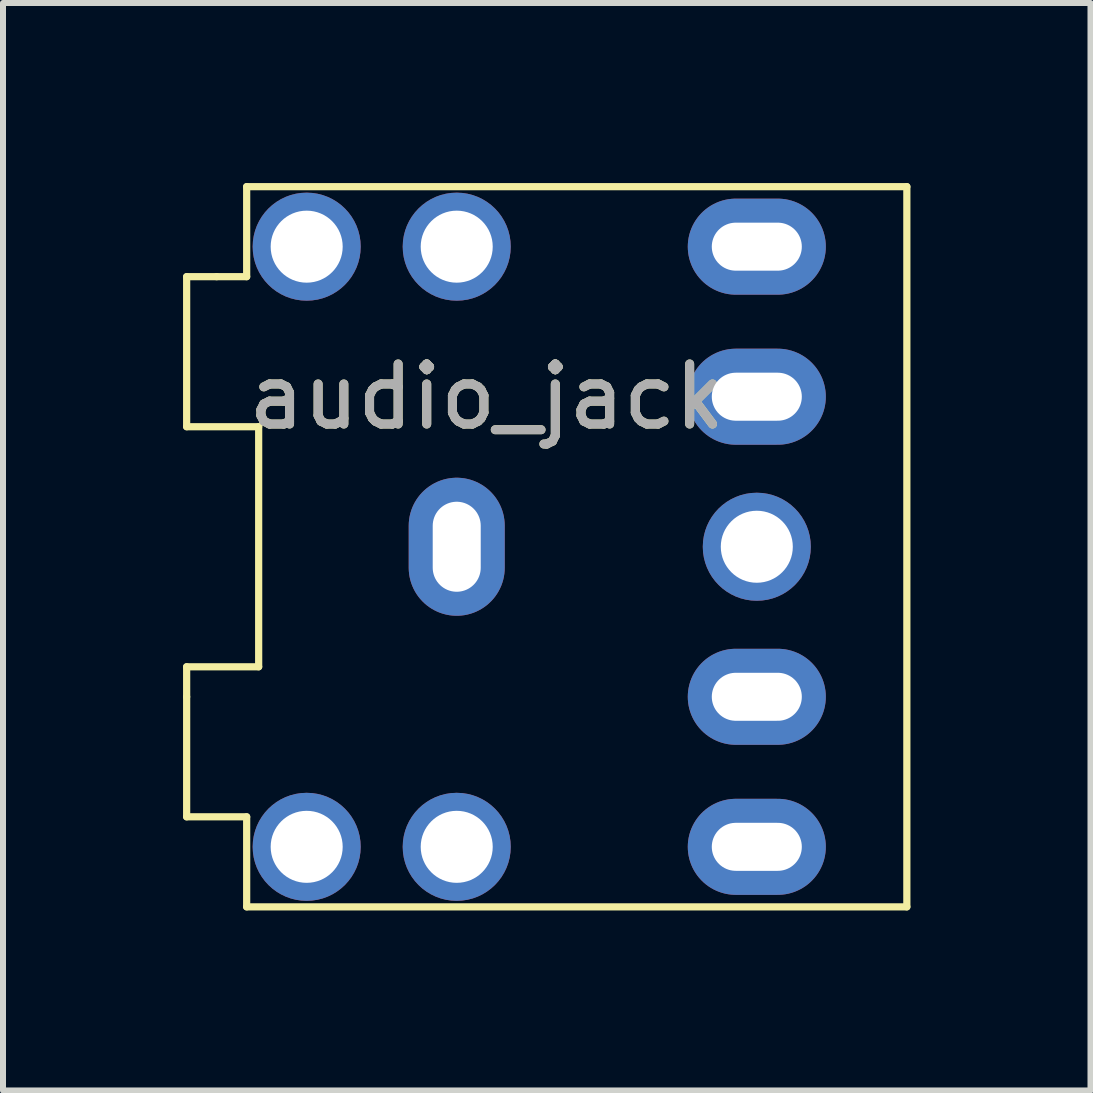
<source format=kicad_pcb>
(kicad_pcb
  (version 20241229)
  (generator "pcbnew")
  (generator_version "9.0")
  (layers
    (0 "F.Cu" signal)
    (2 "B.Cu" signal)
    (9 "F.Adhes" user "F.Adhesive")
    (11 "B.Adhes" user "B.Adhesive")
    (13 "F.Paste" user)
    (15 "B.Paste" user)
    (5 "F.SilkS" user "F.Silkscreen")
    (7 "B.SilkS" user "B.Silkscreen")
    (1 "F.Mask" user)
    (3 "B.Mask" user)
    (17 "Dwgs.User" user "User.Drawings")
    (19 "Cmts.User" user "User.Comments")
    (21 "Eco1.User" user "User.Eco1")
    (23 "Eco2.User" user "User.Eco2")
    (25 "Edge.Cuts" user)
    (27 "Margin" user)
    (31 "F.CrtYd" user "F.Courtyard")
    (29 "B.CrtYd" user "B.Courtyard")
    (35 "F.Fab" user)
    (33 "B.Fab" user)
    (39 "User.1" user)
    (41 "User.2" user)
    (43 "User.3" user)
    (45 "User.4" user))
  (footprint "audio_jack"
    (layer "F.Cu")
    (at 4.56 6.06)
    (property "Reference" "audio_jack" (at 0.5 -2.5 0) (unlocked yes) (layer "F.SilkS") (effects (font (size 1 1) (thickness 0.15))))
    (attr through_hole)
    (fp_line (start -4.5 -2) (end -4.5 -4.5) (stroke (width 0.12) (type solid)) (layer "F.SilkS"))
    (fp_line (start -4.5 2) (end -3.3 2) (stroke (width 0.12) (type solid)) (layer "F.SilkS"))
    (fp_line (start -4.5 2.5) (end -4.5 2) (stroke (width 0.12) (type solid)) (layer "F.SilkS"))
    (fp_line (start -4.5 4.5) (end -4.5 2.5) (stroke (width 0.12) (type solid)) (layer "F.SilkS"))
    (fp_line (start -4 -4.5) (end -4.5 -4.5) (stroke (width 0.12) (type solid)) (layer "F.SilkS"))
    (fp_line (start -3.5 -6) (end -3.5 -4.5) (stroke (width 0.12) (type solid)) (layer "F.SilkS"))
    (fp_line (start -3.5 -6) (end 7.5 -6) (stroke (width 0.12) (type solid)) (layer "F.SilkS"))
    (fp_line (start -3.5 -4.5) (end -4 -4.5) (stroke (width 0.12) (type solid)) (layer "F.SilkS"))
    (fp_line (start -3.5 4.5) (end -4.5 4.5) (stroke (width 0.12) (type solid)) (layer "F.SilkS"))
    (fp_line (start -3.5 4.5) (end -3.5 6) (stroke (width 0.12) (type solid)) (layer "F.SilkS"))
    (fp_line (start -3.3 -2) (end -4.5 -2) (stroke (width 0.12) (type solid)) (layer "F.SilkS"))
    (fp_line (start -3.3 2) (end -3.3 -2) (stroke (width 0.12) (type solid)) (layer "F.SilkS"))
    (fp_line (start 7.5 -6) (end 7.5 6) (stroke (width 0.12) (type solid)) (layer "F.SilkS"))
    (fp_line (start 7.5 6) (end -3.5 6) (stroke (width 0.12) (type solid)) (layer "F.SilkS"))
    (fp_text user "${REFERENCE}" (at 0.5 -2.5 0) (unlocked yes) (layer "F.Fab") (effects (font (size 1 1) (thickness 0.15))))
    (pad "" thru_hole circle (at -2.5 -5) (size 1.8 1.8) (drill 1.2) (layers "*.Cu" "*.Mask"))
    (pad "" thru_hole circle (at -2.5 5) (size 1.8 1.8) (drill 1.2) (layers "*.Cu" "*.Mask"))
    (pad "" thru_hole circle (at 0 -5) (size 1.8 1.8) (drill 1.2) (layers "*.Cu" "*.Mask"))
    (pad "" thru_hole circle (at 0 5) (size 1.8 1.8) (drill 1.2) (layers "*.Cu" "*.Mask"))
    (pad "" thru_hole circle (at 5 0) (size 1.8 1.8) (drill 1.2) (layers "*.Cu" "*.Mask"))
    (pad "R" thru_hole oval (at 5 -5) (size 2.3 1.6) (drill oval 1.5 0.8) (layers "*.Cu" "*.Mask"))
    (pad "RN" thru_hole oval (at 5 -2.5) (size 2.3 1.6) (drill oval 1.5 0.8) (layers "*.Cu" "*.Mask"))
    (pad "S" thru_hole oval (at 0 0) (size 1.6 2.3) (drill oval 0.8 1.5) (layers "*.Cu" "*.Mask"))
    (pad "T" thru_hole oval (at 5 5) (size 2.3 1.6) (drill oval 1.5 0.8) (layers "*.Cu" "*.Mask"))
    (pad "TN" thru_hole oval (at 5 2.5) (size 2.3 1.6) (drill oval 1.5 0.8) (layers "*.Cu" "*.Mask")))
  (gr_rect
    (start -3 -3)
    (end 15.12 15.12)
    (stroke (width 0.1) (type default))
    (fill no)
    (layer "Edge.Cuts")))
</source>
